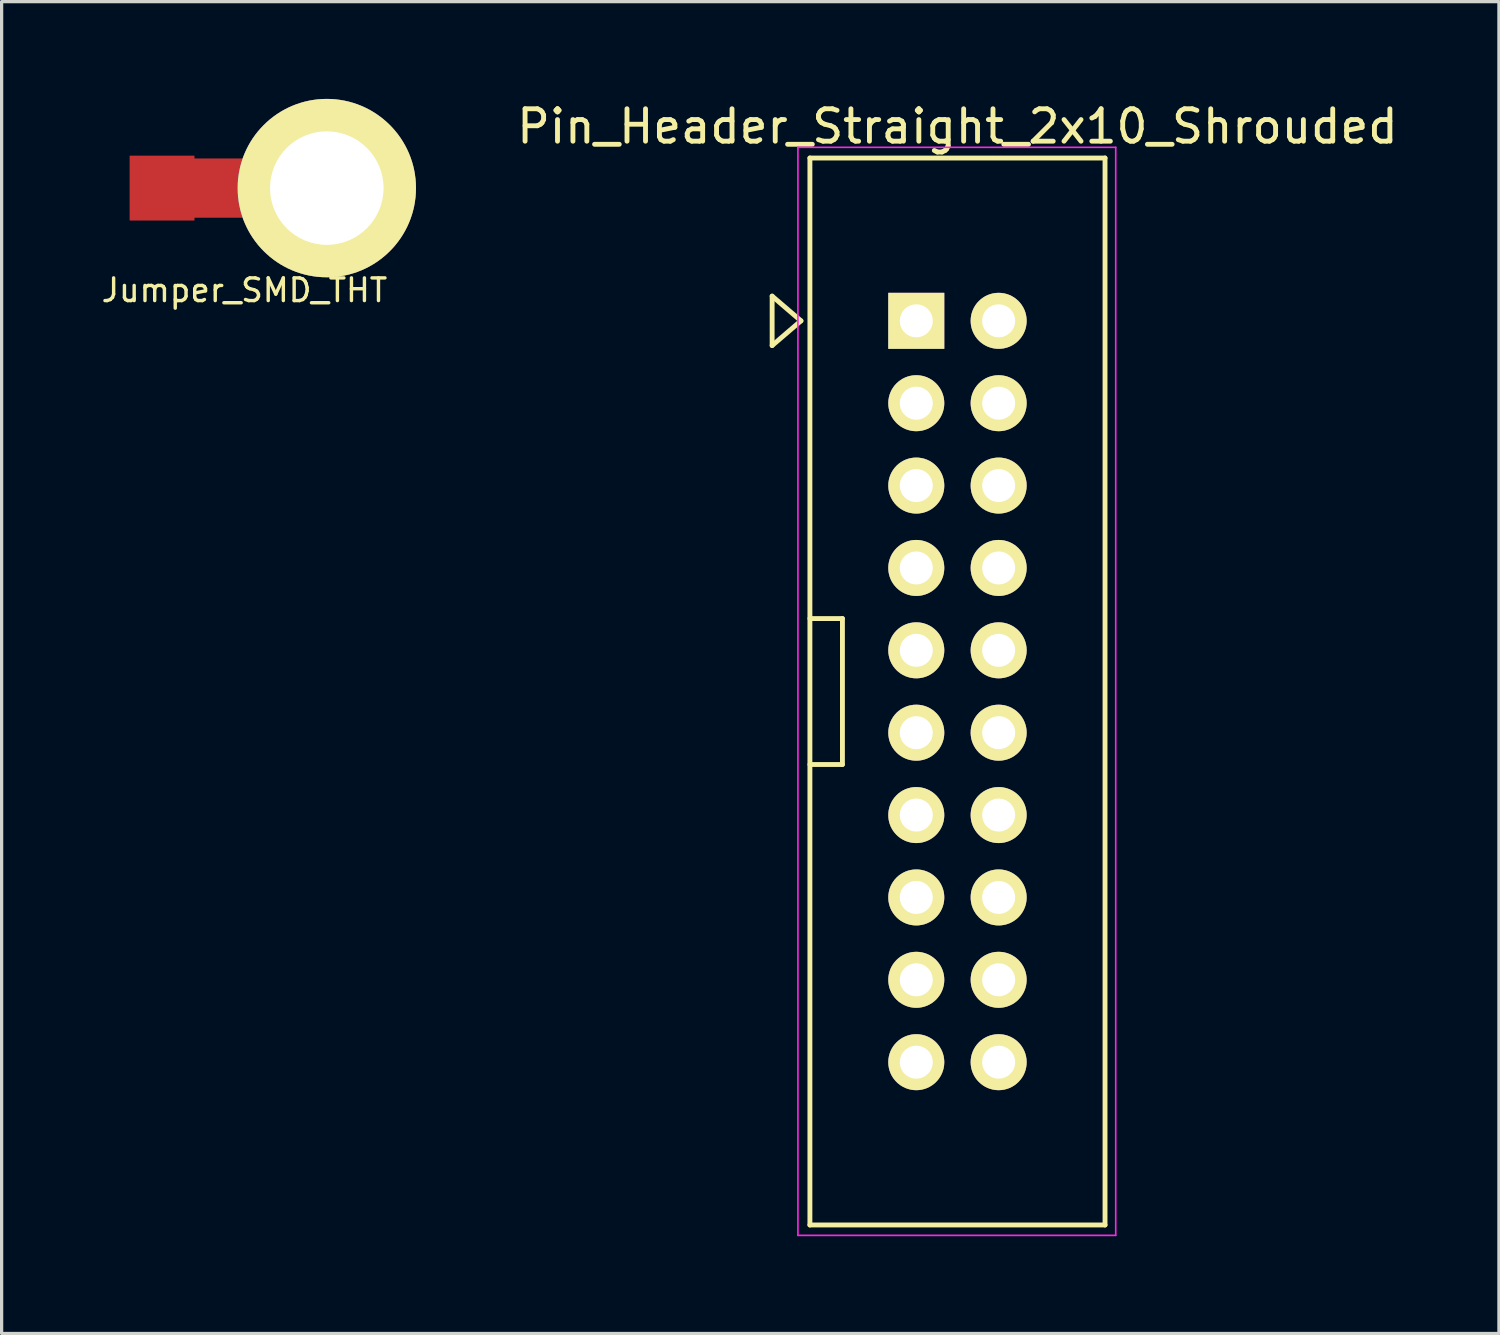
<source format=kicad_pcb>
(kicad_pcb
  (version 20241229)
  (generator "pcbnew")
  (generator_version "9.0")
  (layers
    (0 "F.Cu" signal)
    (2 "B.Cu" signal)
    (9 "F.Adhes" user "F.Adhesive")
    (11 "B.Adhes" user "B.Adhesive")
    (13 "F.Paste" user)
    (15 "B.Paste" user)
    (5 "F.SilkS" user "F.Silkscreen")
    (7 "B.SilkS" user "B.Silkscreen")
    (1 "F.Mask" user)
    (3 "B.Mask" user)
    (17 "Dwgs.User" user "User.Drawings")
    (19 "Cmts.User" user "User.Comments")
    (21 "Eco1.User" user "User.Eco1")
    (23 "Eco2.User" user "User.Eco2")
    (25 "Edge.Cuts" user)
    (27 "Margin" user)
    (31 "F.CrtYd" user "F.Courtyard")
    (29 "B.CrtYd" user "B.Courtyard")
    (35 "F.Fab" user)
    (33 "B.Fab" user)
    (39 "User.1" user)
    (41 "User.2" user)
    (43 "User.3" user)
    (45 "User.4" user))
  (footprint "Pin_Header_Straight_2x10_Shrouded"
    (layer "F.Cu")
    (at 25.204 6.843)
    (property "Reference" "Pin_Header_Straight_2x10_Shrouded" (at 1.27 -5.994 0) (layer "F.SilkS") (effects (font (size 1 1) (thickness 0.15))))
    (attr through_hole)
    (fp_line (start -4.445 -0.762) (end -4.445 0.762) (stroke (width 0.15) (type solid)) (layer "F.SilkS"))
    (fp_line (start -4.445 0.762) (end -3.556 0) (stroke (width 0.15) (type solid)) (layer "F.SilkS"))
    (fp_line (start -3.556 0) (end -4.445 -0.762) (stroke (width 0.15) (type solid)) (layer "F.SilkS"))
    (fp_line (start -3.28 -5.02) (end -3.28 27.88) (stroke (width 0.15) (type solid)) (layer "F.SilkS"))
    (fp_line (start -3.28 -5.02) (end 5.82 -5.02) (stroke (width 0.15) (type solid)) (layer "F.SilkS"))
    (fp_line (start -3.28 27.88) (end 5.82 27.88) (stroke (width 0.15) (type solid)) (layer "F.SilkS"))
    (fp_line (start -2.277 9.18) (end -3.28 9.18) (stroke (width 0.15) (type solid)) (layer "F.SilkS"))
    (fp_line (start -2.277 9.18) (end -2.277 13.68) (stroke (width 0.15) (type solid)) (layer "F.SilkS"))
    (fp_line (start -2.277 13.68) (end -3.28 13.68) (stroke (width 0.15) (type solid)) (layer "F.SilkS"))
    (fp_line (start 5.82 -5.02) (end 5.82 27.88) (stroke (width 0.15) (type solid)) (layer "F.SilkS"))
    (fp_line (start -3.65 -5.35) (end -3.65 28.2) (stroke (width 0.05) (type solid)) (layer "F.CrtYd"))
    (fp_line (start -3.65 -5.35) (end 6.15 -5.35) (stroke (width 0.05) (type solid)) (layer "F.CrtYd"))
    (fp_line (start -3.65 28.2) (end 6.15 28.2) (stroke (width 0.05) (type solid)) (layer "F.CrtYd"))
    (fp_line (start 6.15 -5.35) (end 6.15 28.2) (stroke (width 0.05) (type solid)) (layer "F.CrtYd"))
    (pad "1" thru_hole rect (at 0 0) (size 1.727 1.727) (drill 1.016) (layers "*.Cu" "*.Mask" "F.SilkS"))
    (pad "2" thru_hole oval (at 2.54 0) (size 1.727 1.727) (drill 1.016) (layers "*.Cu" "*.Mask" "F.SilkS"))
    (pad "3" thru_hole oval (at 0 2.54) (size 1.727 1.727) (drill 1.016) (layers "*.Cu" "*.Mask" "F.SilkS"))
    (pad "4" thru_hole oval (at 2.54 2.54) (size 1.727 1.727) (drill 1.016) (layers "*.Cu" "*.Mask" "F.SilkS"))
    (pad "5" thru_hole oval (at 0 5.08) (size 1.727 1.727) (drill 1.016) (layers "*.Cu" "*.Mask" "F.SilkS"))
    (pad "6" thru_hole oval (at 2.54 5.08) (size 1.727 1.727) (drill 1.016) (layers "*.Cu" "*.Mask" "F.SilkS"))
    (pad "7" thru_hole oval (at 0 7.62) (size 1.727 1.727) (drill 1.016) (layers "*.Cu" "*.Mask" "F.SilkS"))
    (pad "8" thru_hole oval (at 2.54 7.62) (size 1.727 1.727) (drill 1.016) (layers "*.Cu" "*.Mask" "F.SilkS"))
    (pad "9" thru_hole oval (at 0 10.16) (size 1.727 1.727) (drill 1.016) (layers "*.Cu" "*.Mask" "F.SilkS"))
    (pad "10" thru_hole oval (at 2.54 10.16) (size 1.727 1.727) (drill 1.016) (layers "*.Cu" "*.Mask" "F.SilkS"))
    (pad "11" thru_hole oval (at 0 12.7) (size 1.727 1.727) (drill 1.016) (layers "*.Cu" "*.Mask" "F.SilkS"))
    (pad "12" thru_hole oval (at 2.54 12.7) (size 1.727 1.727) (drill 1.016) (layers "*.Cu" "*.Mask" "F.SilkS"))
    (pad "13" thru_hole oval (at 0 15.24) (size 1.727 1.727) (drill 1.016) (layers "*.Cu" "*.Mask" "F.SilkS"))
    (pad "14" thru_hole oval (at 2.54 15.24) (size 1.727 1.727) (drill 1.016) (layers "*.Cu" "*.Mask" "F.SilkS"))
    (pad "15" thru_hole oval (at 0 17.78) (size 1.727 1.727) (drill 1.016) (layers "*.Cu" "*.Mask" "F.SilkS"))
    (pad "16" thru_hole oval (at 2.54 17.78) (size 1.727 1.727) (drill 1.016) (layers "*.Cu" "*.Mask" "F.SilkS"))
    (pad "17" thru_hole oval (at 0 20.32) (size 1.727 1.727) (drill 1.016) (layers "*.Cu" "*.Mask" "F.SilkS"))
    (pad "18" thru_hole oval (at 2.54 20.32) (size 1.727 1.727) (drill 1.016) (layers "*.Cu" "*.Mask" "F.SilkS"))
    (pad "19" thru_hole oval (at 0 22.86) (size 1.727 1.727) (drill 1.016) (layers "*.Cu" "*.Mask" "F.SilkS"))
    (pad "20" thru_hole oval (at 2.54 22.86) (size 1.727 1.727) (drill 1.016) (layers "*.Cu" "*.Mask" "F.SilkS")))
  (footprint "Jumper_SMD_THT"
    (layer "F.Cu")
    (at 1.947 2.75)
    (property "Reference" "Jumper_SMD_THT" (at 2.54 3.15 0) (layer "F.SilkS") (effects (font (size 0.7 0.7) (thickness 0.105))))
    (attr through_hole)
    (fp_line (start 0.762 -0.762) (end 3.5 -0.762) (stroke (width 0.305) (type solid)) (layer "F.Cu"))
    (fp_line (start 0.762 -0.254) (end 3.5 -0.254) (stroke (width 0.305) (type solid)) (layer "F.Cu"))
    (fp_line (start 0.762 0.254) (end 3.5 0.254) (stroke (width 0.305) (type solid)) (layer "F.Cu"))
    (fp_line (start 0.762 0.762) (end 3.5 0.762) (stroke (width 0.305) (type solid)) (layer "F.Cu"))
    (fp_line (start 3.5 -0.508) (end 0.762 -0.508) (stroke (width 0.305) (type solid)) (layer "F.Cu"))
    (fp_line (start 3.5 0) (end 0.762 0) (stroke (width 0.305) (type solid)) (layer "F.Cu"))
    (fp_line (start 3.5 0.508) (end 0.762 0.508) (stroke (width 0.305) (type solid)) (layer "F.Cu"))
    (pad "1" smd rect (at 0 0) (size 2 2) (layers "F.Cu" "F.Mask" "F.Paste"))
    (pad "2" thru_hole circle (at 5.08 0) (size 5.5 5.5) (drill 3.5) (layers "*.Cu" "*.Mask" "F.SilkS")))
  (gr_rect
    (start -3 -3)
    (end 43.17 38.068)
    (stroke (width 0.1) (type default))
    (fill no)
    (layer "Edge.Cuts")))
</source>
